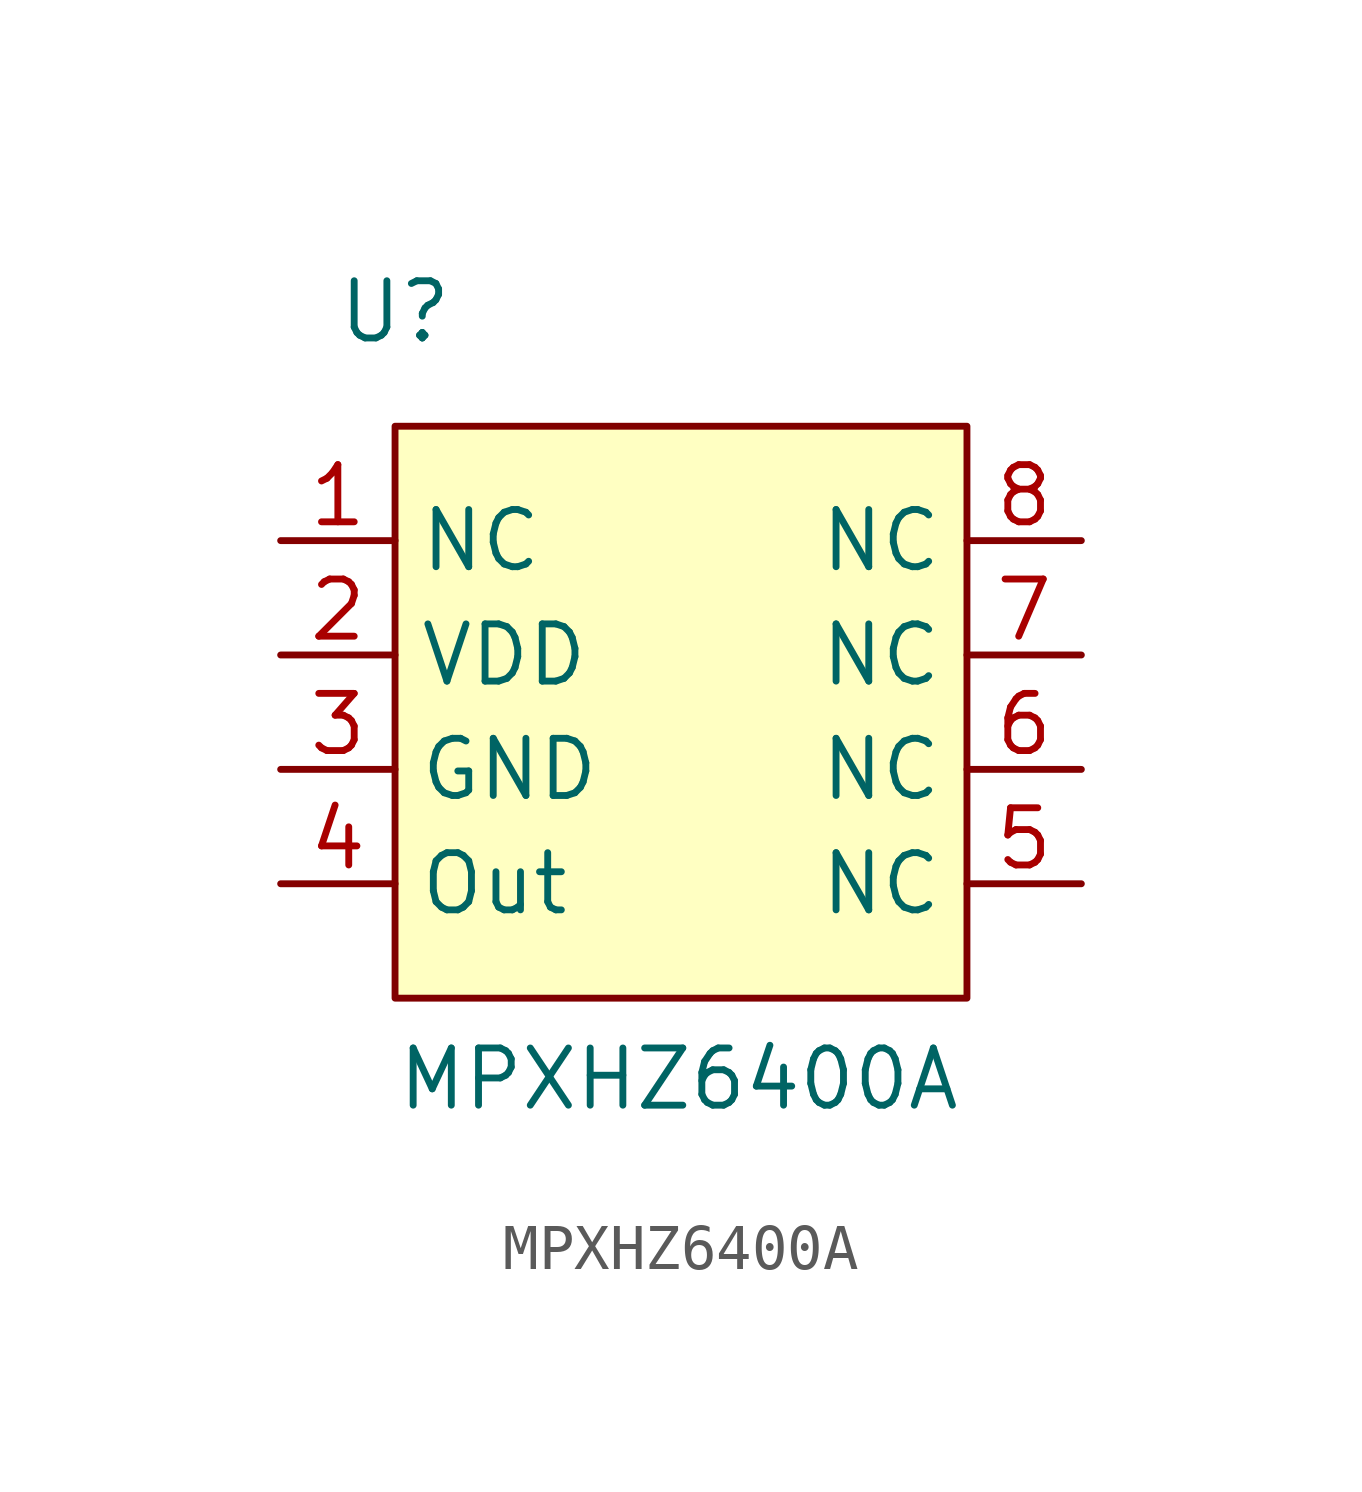
<source format=kicad_sym>
(kicad_symbol_lib
  (version 20241209)
  (generator "kicad_symbol_editor")
  (generator_version "9.0")
  (symbol "MPXHZ6400A"
    (property "Reference" "U"
      (at 0 5.08 0)
      (effects (font (size 1.27 1.27))))
    (property "Value" "MPXHZ6400A"
      (at 0 -12.7 0)
      (effects (font (size 1.27 1.27)) (justify left bottom)))
    (symbol "MPXHZ6400A_1_0"
      (rectangle (start 12.7 2.54) (end 0 -10.16) (stroke (width 0) (type solid) (color 128 0 0 1)) (fill (type background)))
      (pin passive line (at -2.54 0 0) (length 2.54) (name "NC" (effects (font (size 1.27 1.27)))) (number "1" (effects (font (size 1.27 1.27)))))
      (pin passive line (at -2.54 -2.54 0) (length 2.54) (name "VDD" (effects (font (size 1.27 1.27)))) (number "2" (effects (font (size 1.27 1.27)))))
      (pin passive line (at -2.54 -5.08 0) (length 2.54) (name "GND" (effects (font (size 1.27 1.27)))) (number "3" (effects (font (size 1.27 1.27)))))
      (pin passive line (at -2.54 -7.62 0) (length 2.54) (name "Out" (effects (font (size 1.27 1.27)))) (number "4" (effects (font (size 1.27 1.27)))))
      (pin passive line (at 15.24 0 180) (length 2.54) (name "NC" (effects (font (size 1.27 1.27)))) (number "8" (effects (font (size 1.27 1.27)))))
      (pin passive line (at 15.24 -2.54 180) (length 2.54) (name "NC" (effects (font (size 1.27 1.27)))) (number "7" (effects (font (size 1.27 1.27)))))
      (pin passive line (at 15.24 -5.08 180) (length 2.54) (name "NC" (effects (font (size 1.27 1.27)))) (number "6" (effects (font (size 1.27 1.27)))))
      (pin passive line (at 15.24 -7.62 180) (length 2.54) (name "NC" (effects (font (size 1.27 1.27)))) (number "5" (effects (font (size 1.27 1.27))))))))
</source>
